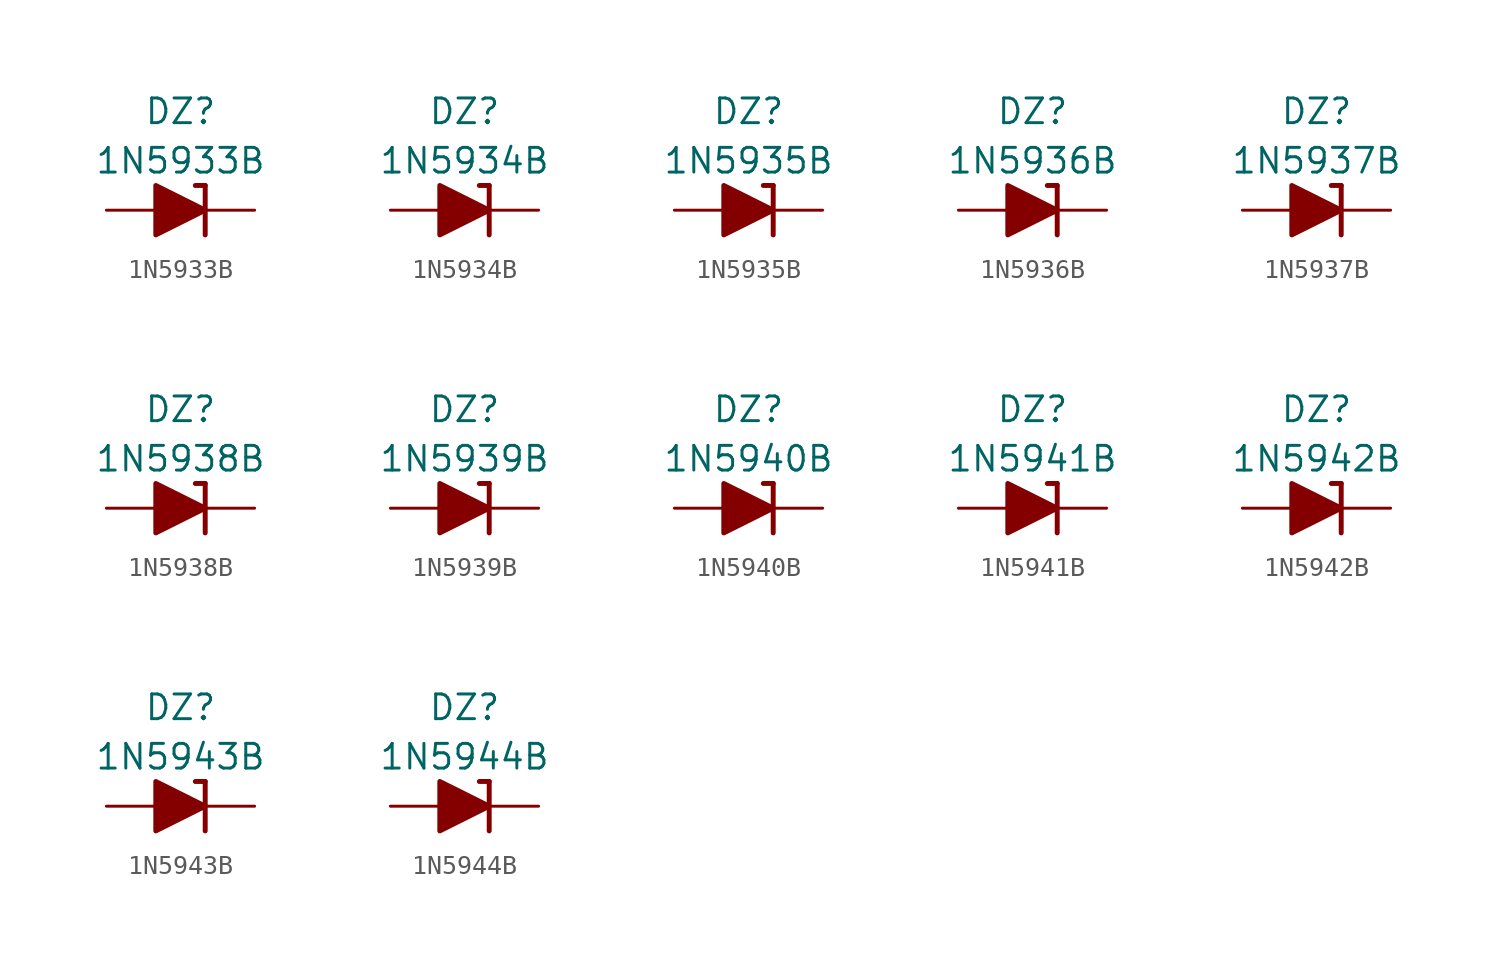
<source format=kicad_sym>
(kicad_symbol_lib
  (version 20211014)
  (generator kicad_symbol_editor)
  (symbol "1N5933B"
    (pin_numbers hide)
    (pin_names
      (offset 1.016) hide)
    (property "Reference" "DZ"
      (at 0 5.08 0)
      (effects (font (size 1.27 1.27))))
    (property "Value" "1N5933B"
      (at 0 2.54 0)
      (effects (font (size 1.27 1.27))))
    (symbol "1N5933B_0_1"
      (polyline (pts (xy -1.27 0) (xy 1.27 0)) (stroke (width 0) (type default) (color 0 0 0 0)) (fill (type none)))
      (polyline (pts (xy 1.27 1.27) (xy 0.762 1.27)) (stroke (width 0.254) (type default) (color 0 0 0 0)) (fill (type none)))
      (polyline (pts (xy 1.27 1.27) (xy 1.27 -1.27)) (stroke (width 0.254) (type default) (color 0 0 0 0)) (fill (type none)))
      (polyline (pts (xy -1.27 -1.27) (xy -1.27 1.27) (xy 1.27 0) (xy -1.27 -1.27)) (stroke (width 0.254) (type default) (color 0 0 0 0)) (fill (type outline))))
    (symbol "1N5933B_1_1"
      (pin passive line (at 3.81 0 180) (length 2.54) (name "K" (effects (font (size 1.27 1.27)))) (number "1" (effects (font (size 1.27 1.27)))))
      (pin passive line (at -3.81 0 0) (length 2.54) (name "A" (effects (font (size 1.27 1.27)))) (number "2" (effects (font (size 1.27 1.27)))))))
  (symbol "1N5934B"
    (pin_numbers hide)
    (pin_names
      (offset 1.016) hide)
    (property "Reference" "DZ"
      (at 0 5.08 0)
      (effects (font (size 1.27 1.27))))
    (property "Value" "1N5934B"
      (at 0 2.54 0)
      (effects (font (size 1.27 1.27))))
    (symbol "1N5934B_0_1"
      (polyline (pts (xy -1.27 0) (xy 1.27 0)) (stroke (width 0) (type default) (color 0 0 0 0)) (fill (type none)))
      (polyline (pts (xy 1.27 1.27) (xy 0.762 1.27)) (stroke (width 0.254) (type default) (color 0 0 0 0)) (fill (type none)))
      (polyline (pts (xy 1.27 1.27) (xy 1.27 -1.27)) (stroke (width 0.254) (type default) (color 0 0 0 0)) (fill (type none)))
      (polyline (pts (xy -1.27 -1.27) (xy -1.27 1.27) (xy 1.27 0) (xy -1.27 -1.27)) (stroke (width 0.254) (type default) (color 0 0 0 0)) (fill (type outline))))
    (symbol "1N5934B_1_1"
      (pin passive line (at 3.81 0 180) (length 2.54) (name "K" (effects (font (size 1.27 1.27)))) (number "1" (effects (font (size 1.27 1.27)))))
      (pin passive line (at -3.81 0 0) (length 2.54) (name "A" (effects (font (size 1.27 1.27)))) (number "2" (effects (font (size 1.27 1.27)))))))
  (symbol "1N5935B"
    (pin_numbers hide)
    (pin_names
      (offset 1.016) hide)
    (property "Reference" "DZ"
      (at 0 5.08 0)
      (effects (font (size 1.27 1.27))))
    (property "Value" "1N5935B"
      (at 0 2.54 0)
      (effects (font (size 1.27 1.27))))
    (symbol "1N5935B_0_1"
      (polyline (pts (xy -1.27 0) (xy 1.27 0)) (stroke (width 0) (type default) (color 0 0 0 0)) (fill (type none)))
      (polyline (pts (xy 1.27 1.27) (xy 0.762 1.27)) (stroke (width 0.254) (type default) (color 0 0 0 0)) (fill (type none)))
      (polyline (pts (xy 1.27 1.27) (xy 1.27 -1.27)) (stroke (width 0.254) (type default) (color 0 0 0 0)) (fill (type none)))
      (polyline (pts (xy -1.27 -1.27) (xy -1.27 1.27) (xy 1.27 0) (xy -1.27 -1.27)) (stroke (width 0.254) (type default) (color 0 0 0 0)) (fill (type outline))))
    (symbol "1N5935B_1_1"
      (pin passive line (at 3.81 0 180) (length 2.54) (name "K" (effects (font (size 1.27 1.27)))) (number "1" (effects (font (size 1.27 1.27)))))
      (pin passive line (at -3.81 0 0) (length 2.54) (name "A" (effects (font (size 1.27 1.27)))) (number "2" (effects (font (size 1.27 1.27)))))))
  (symbol "1N5936B"
    (pin_numbers hide)
    (pin_names
      (offset 1.016) hide)
    (property "Reference" "DZ"
      (at 0 5.08 0)
      (effects (font (size 1.27 1.27))))
    (property "Value" "1N5936B"
      (at 0 2.54 0)
      (effects (font (size 1.27 1.27))))
    (symbol "1N5936B_0_1"
      (polyline (pts (xy -1.27 0) (xy 1.27 0)) (stroke (width 0) (type default) (color 0 0 0 0)) (fill (type none)))
      (polyline (pts (xy 1.27 1.27) (xy 0.762 1.27)) (stroke (width 0.254) (type default) (color 0 0 0 0)) (fill (type none)))
      (polyline (pts (xy 1.27 1.27) (xy 1.27 -1.27)) (stroke (width 0.254) (type default) (color 0 0 0 0)) (fill (type none)))
      (polyline (pts (xy -1.27 -1.27) (xy -1.27 1.27) (xy 1.27 0) (xy -1.27 -1.27)) (stroke (width 0.254) (type default) (color 0 0 0 0)) (fill (type outline))))
    (symbol "1N5936B_1_1"
      (pin passive line (at 3.81 0 180) (length 2.54) (name "K" (effects (font (size 1.27 1.27)))) (number "1" (effects (font (size 1.27 1.27)))))
      (pin passive line (at -3.81 0 0) (length 2.54) (name "A" (effects (font (size 1.27 1.27)))) (number "2" (effects (font (size 1.27 1.27)))))))
  (symbol "1N5937B"
    (pin_numbers hide)
    (pin_names
      (offset 1.016) hide)
    (property "Reference" "DZ"
      (at 0 5.08 0)
      (effects (font (size 1.27 1.27))))
    (property "Value" "1N5937B"
      (at 0 2.54 0)
      (effects (font (size 1.27 1.27))))
    (symbol "1N5937B_0_1"
      (polyline (pts (xy -1.27 0) (xy 1.27 0)) (stroke (width 0) (type default) (color 0 0 0 0)) (fill (type none)))
      (polyline (pts (xy 1.27 1.27) (xy 0.762 1.27)) (stroke (width 0.254) (type default) (color 0 0 0 0)) (fill (type none)))
      (polyline (pts (xy 1.27 1.27) (xy 1.27 -1.27)) (stroke (width 0.254) (type default) (color 0 0 0 0)) (fill (type none)))
      (polyline (pts (xy -1.27 -1.27) (xy -1.27 1.27) (xy 1.27 0) (xy -1.27 -1.27)) (stroke (width 0.254) (type default) (color 0 0 0 0)) (fill (type outline))))
    (symbol "1N5937B_1_1"
      (pin passive line (at 3.81 0 180) (length 2.54) (name "K" (effects (font (size 1.27 1.27)))) (number "1" (effects (font (size 1.27 1.27)))))
      (pin passive line (at -3.81 0 0) (length 2.54) (name "A" (effects (font (size 1.27 1.27)))) (number "2" (effects (font (size 1.27 1.27)))))))
  (symbol "1N5938B"
    (pin_numbers hide)
    (pin_names
      (offset 1.016) hide)
    (property "Reference" "DZ"
      (at 0 5.08 0)
      (effects (font (size 1.27 1.27))))
    (property "Value" "1N5938B"
      (at 0 2.54 0)
      (effects (font (size 1.27 1.27))))
    (symbol "1N5938B_0_1"
      (polyline (pts (xy -1.27 0) (xy 1.27 0)) (stroke (width 0) (type default) (color 0 0 0 0)) (fill (type none)))
      (polyline (pts (xy 1.27 1.27) (xy 0.762 1.27)) (stroke (width 0.254) (type default) (color 0 0 0 0)) (fill (type none)))
      (polyline (pts (xy 1.27 1.27) (xy 1.27 -1.27)) (stroke (width 0.254) (type default) (color 0 0 0 0)) (fill (type none)))
      (polyline (pts (xy -1.27 -1.27) (xy -1.27 1.27) (xy 1.27 0) (xy -1.27 -1.27)) (stroke (width 0.254) (type default) (color 0 0 0 0)) (fill (type outline))))
    (symbol "1N5938B_1_1"
      (pin passive line (at 3.81 0 180) (length 2.54) (name "K" (effects (font (size 1.27 1.27)))) (number "1" (effects (font (size 1.27 1.27)))))
      (pin passive line (at -3.81 0 0) (length 2.54) (name "A" (effects (font (size 1.27 1.27)))) (number "2" (effects (font (size 1.27 1.27)))))))
  (symbol "1N5939B"
    (pin_numbers hide)
    (pin_names
      (offset 1.016) hide)
    (property "Reference" "DZ"
      (at 0 5.08 0)
      (effects (font (size 1.27 1.27))))
    (property "Value" "1N5939B"
      (at 0 2.54 0)
      (effects (font (size 1.27 1.27))))
    (symbol "1N5939B_0_1"
      (polyline (pts (xy -1.27 0) (xy 1.27 0)) (stroke (width 0) (type default) (color 0 0 0 0)) (fill (type none)))
      (polyline (pts (xy 1.27 1.27) (xy 0.762 1.27)) (stroke (width 0.254) (type default) (color 0 0 0 0)) (fill (type none)))
      (polyline (pts (xy 1.27 1.27) (xy 1.27 -1.27)) (stroke (width 0.254) (type default) (color 0 0 0 0)) (fill (type none)))
      (polyline (pts (xy -1.27 -1.27) (xy -1.27 1.27) (xy 1.27 0) (xy -1.27 -1.27)) (stroke (width 0.254) (type default) (color 0 0 0 0)) (fill (type outline))))
    (symbol "1N5939B_1_1"
      (pin passive line (at 3.81 0 180) (length 2.54) (name "K" (effects (font (size 1.27 1.27)))) (number "1" (effects (font (size 1.27 1.27)))))
      (pin passive line (at -3.81 0 0) (length 2.54) (name "A" (effects (font (size 1.27 1.27)))) (number "2" (effects (font (size 1.27 1.27)))))))
  (symbol "1N5940B"
    (pin_numbers hide)
    (pin_names
      (offset 1.016) hide)
    (property "Reference" "DZ"
      (at 0 5.08 0)
      (effects (font (size 1.27 1.27))))
    (property "Value" "1N5940B"
      (at 0 2.54 0)
      (effects (font (size 1.27 1.27))))
    (symbol "1N5940B_0_1"
      (polyline (pts (xy -1.27 0) (xy 1.27 0)) (stroke (width 0) (type default) (color 0 0 0 0)) (fill (type none)))
      (polyline (pts (xy 1.27 1.27) (xy 0.762 1.27)) (stroke (width 0.254) (type default) (color 0 0 0 0)) (fill (type none)))
      (polyline (pts (xy 1.27 1.27) (xy 1.27 -1.27)) (stroke (width 0.254) (type default) (color 0 0 0 0)) (fill (type none)))
      (polyline (pts (xy -1.27 -1.27) (xy -1.27 1.27) (xy 1.27 0) (xy -1.27 -1.27)) (stroke (width 0.254) (type default) (color 0 0 0 0)) (fill (type outline))))
    (symbol "1N5940B_1_1"
      (pin passive line (at 3.81 0 180) (length 2.54) (name "K" (effects (font (size 1.27 1.27)))) (number "1" (effects (font (size 1.27 1.27)))))
      (pin passive line (at -3.81 0 0) (length 2.54) (name "A" (effects (font (size 1.27 1.27)))) (number "2" (effects (font (size 1.27 1.27)))))))
  (symbol "1N5941B"
    (pin_numbers hide)
    (pin_names
      (offset 1.016) hide)
    (property "Reference" "DZ"
      (at 0 5.08 0)
      (effects (font (size 1.27 1.27))))
    (property "Value" "1N5941B"
      (at 0 2.54 0)
      (effects (font (size 1.27 1.27))))
    (symbol "1N5941B_0_1"
      (polyline (pts (xy -1.27 0) (xy 1.27 0)) (stroke (width 0) (type default) (color 0 0 0 0)) (fill (type none)))
      (polyline (pts (xy 1.27 1.27) (xy 0.762 1.27)) (stroke (width 0.254) (type default) (color 0 0 0 0)) (fill (type none)))
      (polyline (pts (xy 1.27 1.27) (xy 1.27 -1.27)) (stroke (width 0.254) (type default) (color 0 0 0 0)) (fill (type none)))
      (polyline (pts (xy -1.27 -1.27) (xy -1.27 1.27) (xy 1.27 0) (xy -1.27 -1.27)) (stroke (width 0.254) (type default) (color 0 0 0 0)) (fill (type outline))))
    (symbol "1N5941B_1_1"
      (pin passive line (at 3.81 0 180) (length 2.54) (name "K" (effects (font (size 1.27 1.27)))) (number "1" (effects (font (size 1.27 1.27)))))
      (pin passive line (at -3.81 0 0) (length 2.54) (name "A" (effects (font (size 1.27 1.27)))) (number "2" (effects (font (size 1.27 1.27)))))))
  (symbol "1N5942B"
    (pin_numbers hide)
    (pin_names
      (offset 1.016) hide)
    (property "Reference" "DZ"
      (at 0 5.08 0)
      (effects (font (size 1.27 1.27))))
    (property "Value" "1N5942B"
      (at 0 2.54 0)
      (effects (font (size 1.27 1.27))))
    (symbol "1N5942B_0_1"
      (polyline (pts (xy -1.27 0) (xy 1.27 0)) (stroke (width 0) (type default) (color 0 0 0 0)) (fill (type none)))
      (polyline (pts (xy 1.27 1.27) (xy 0.762 1.27)) (stroke (width 0.254) (type default) (color 0 0 0 0)) (fill (type none)))
      (polyline (pts (xy 1.27 1.27) (xy 1.27 -1.27)) (stroke (width 0.254) (type default) (color 0 0 0 0)) (fill (type none)))
      (polyline (pts (xy -1.27 -1.27) (xy -1.27 1.27) (xy 1.27 0) (xy -1.27 -1.27)) (stroke (width 0.254) (type default) (color 0 0 0 0)) (fill (type outline))))
    (symbol "1N5942B_1_1"
      (pin passive line (at 3.81 0 180) (length 2.54) (name "K" (effects (font (size 1.27 1.27)))) (number "1" (effects (font (size 1.27 1.27)))))
      (pin passive line (at -3.81 0 0) (length 2.54) (name "A" (effects (font (size 1.27 1.27)))) (number "2" (effects (font (size 1.27 1.27)))))))
  (symbol "1N5943B"
    (pin_numbers hide)
    (pin_names
      (offset 1.016) hide)
    (property "Reference" "DZ"
      (at 0 5.08 0)
      (effects (font (size 1.27 1.27))))
    (property "Value" "1N5943B"
      (at 0 2.54 0)
      (effects (font (size 1.27 1.27))))
    (symbol "1N5943B_0_1"
      (polyline (pts (xy -1.27 0) (xy 1.27 0)) (stroke (width 0) (type default) (color 0 0 0 0)) (fill (type none)))
      (polyline (pts (xy 1.27 1.27) (xy 0.762 1.27)) (stroke (width 0.254) (type default) (color 0 0 0 0)) (fill (type none)))
      (polyline (pts (xy 1.27 1.27) (xy 1.27 -1.27)) (stroke (width 0.254) (type default) (color 0 0 0 0)) (fill (type none)))
      (polyline (pts (xy -1.27 -1.27) (xy -1.27 1.27) (xy 1.27 0) (xy -1.27 -1.27)) (stroke (width 0.254) (type default) (color 0 0 0 0)) (fill (type outline))))
    (symbol "1N5943B_1_1"
      (pin passive line (at 3.81 0 180) (length 2.54) (name "K" (effects (font (size 1.27 1.27)))) (number "1" (effects (font (size 1.27 1.27)))))
      (pin passive line (at -3.81 0 0) (length 2.54) (name "A" (effects (font (size 1.27 1.27)))) (number "2" (effects (font (size 1.27 1.27)))))))
  (symbol "1N5944B"
    (pin_numbers hide)
    (pin_names
      (offset 1.016) hide)
    (property "Reference" "DZ"
      (at 0 5.08 0)
      (effects (font (size 1.27 1.27))))
    (property "Value" "1N5944B"
      (at 0 2.54 0)
      (effects (font (size 1.27 1.27))))
    (symbol "1N5944B_0_1"
      (polyline (pts (xy -1.27 0) (xy 1.27 0)) (stroke (width 0) (type default) (color 0 0 0 0)) (fill (type none)))
      (polyline (pts (xy 1.27 1.27) (xy 0.762 1.27)) (stroke (width 0.254) (type default) (color 0 0 0 0)) (fill (type none)))
      (polyline (pts (xy 1.27 1.27) (xy 1.27 -1.27)) (stroke (width 0.254) (type default) (color 0 0 0 0)) (fill (type none)))
      (polyline (pts (xy -1.27 -1.27) (xy -1.27 1.27) (xy 1.27 0) (xy -1.27 -1.27)) (stroke (width 0.254) (type default) (color 0 0 0 0)) (fill (type outline))))
    (symbol "1N5944B_1_1"
      (pin passive line (at 3.81 0 180) (length 2.54) (name "K" (effects (font (size 1.27 1.27)))) (number "1" (effects (font (size 1.27 1.27)))))
      (pin passive line (at -3.81 0 0) (length 2.54) (name "A" (effects (font (size 1.27 1.27)))) (number "2" (effects (font (size 1.27 1.27))))))))
</source>
